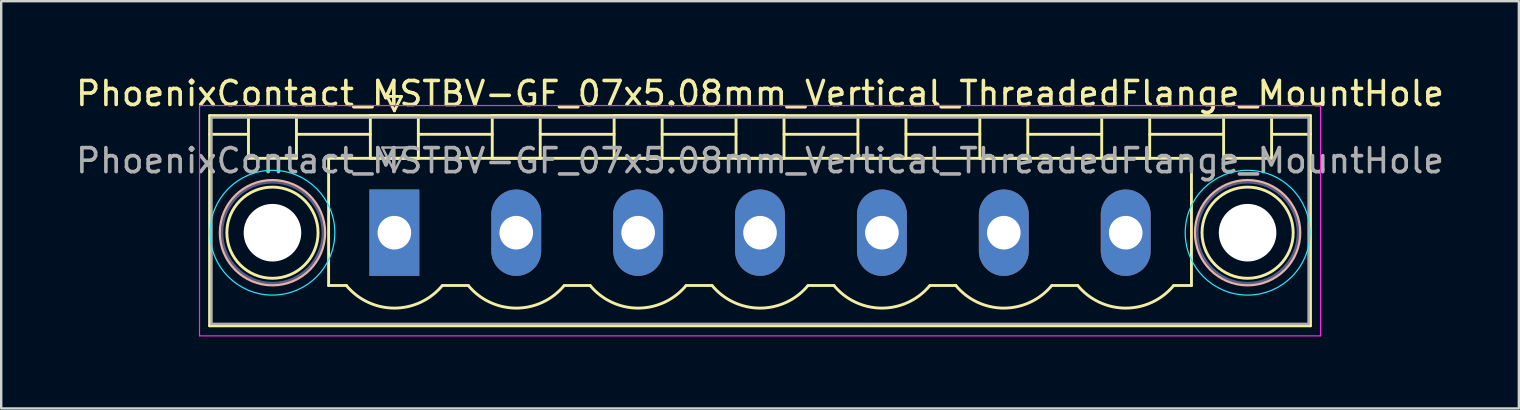
<source format=kicad_pcb>
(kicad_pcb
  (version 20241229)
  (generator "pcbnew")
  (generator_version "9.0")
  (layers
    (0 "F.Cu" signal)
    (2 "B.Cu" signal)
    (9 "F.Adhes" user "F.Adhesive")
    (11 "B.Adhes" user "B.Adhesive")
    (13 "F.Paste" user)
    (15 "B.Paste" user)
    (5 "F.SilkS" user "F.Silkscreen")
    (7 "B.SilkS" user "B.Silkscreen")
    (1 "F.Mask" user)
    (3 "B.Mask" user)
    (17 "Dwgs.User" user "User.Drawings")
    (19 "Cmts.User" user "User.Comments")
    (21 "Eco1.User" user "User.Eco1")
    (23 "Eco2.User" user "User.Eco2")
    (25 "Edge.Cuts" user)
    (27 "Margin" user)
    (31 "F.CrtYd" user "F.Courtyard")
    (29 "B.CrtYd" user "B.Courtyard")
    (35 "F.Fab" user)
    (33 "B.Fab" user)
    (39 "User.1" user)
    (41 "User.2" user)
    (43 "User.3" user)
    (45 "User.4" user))
  (footprint "PhoenixContact_MSTBV-GF_07x5.08mm_Vertical_ThreadedFlange_MountHole"
    (layer "F.Cu")
    (at 13.385 6.648)
    (property "Reference" "PhoenixContact_MSTBV-GF_07x5.08mm_Vertical_ThreadedFlange_MountHole" (at 15.24 -5.8 0) (layer "F.SilkS") (effects (font (size 1 1) (thickness 0.15))))
    (attr through_hole)
    (fp_line (start -7.7 -4.88) (end -7.7 3.88) (stroke (width 0.12) (type solid)) (layer "F.SilkS"))
    (fp_line (start -7.7 -4.1) (end -6.16 -4.1) (stroke (width 0.12) (type solid)) (layer "F.SilkS"))
    (fp_line (start -7.7 3.88) (end 38.18 3.88) (stroke (width 0.12) (type solid)) (layer "F.SilkS"))
    (fp_line (start -6.08 -4.88) (end -4.08 -4.88) (stroke (width 0.12) (type solid)) (layer "F.SilkS"))
    (fp_line (start -6.08 -3.1) (end -6.08 -4.88) (stroke (width 0.12) (type solid)) (layer "F.SilkS"))
    (fp_line (start -4.08 -4.88) (end -4.08 -3.1) (stroke (width 0.12) (type solid)) (layer "F.SilkS"))
    (fp_line (start -4.08 -4.1) (end -1 -4.1) (stroke (width 0.12) (type solid)) (layer "F.SilkS"))
    (fp_line (start -4.08 -3.1) (end -6.08 -3.1) (stroke (width 0.12) (type solid)) (layer "F.SilkS"))
    (fp_line (start -2.74 -3.1) (end 33.22 -3.1) (stroke (width 0.12) (type solid)) (layer "F.SilkS"))
    (fp_line (start -2.74 2.2) (end -2.74 -3.1) (stroke (width 0.12) (type solid)) (layer "F.SilkS"))
    (fp_line (start -2 2.2) (end -2.74 2.2) (stroke (width 0.12) (type solid)) (layer "F.SilkS"))
    (fp_line (start -1 -4.88) (end 1 -4.88) (stroke (width 0.12) (type solid)) (layer "F.SilkS"))
    (fp_line (start -1 -3.1) (end -1 -4.88) (stroke (width 0.12) (type solid)) (layer "F.SilkS"))
    (fp_line (start -0.3 -5.68) (end 0.3 -5.68) (stroke (width 0.12) (type solid)) (layer "F.SilkS"))
    (fp_line (start 0 -5.08) (end -0.3 -5.68) (stroke (width 0.12) (type solid)) (layer "F.SilkS"))
    (fp_line (start 0.3 -5.68) (end 0 -5.08) (stroke (width 0.12) (type solid)) (layer "F.SilkS"))
    (fp_line (start 1 -4.88) (end 1 -3.1) (stroke (width 0.12) (type solid)) (layer "F.SilkS"))
    (fp_line (start 1 -4.1) (end 4.08 -4.1) (stroke (width 0.12) (type solid)) (layer "F.SilkS"))
    (fp_line (start 1 -3.1) (end -1 -3.1) (stroke (width 0.12) (type solid)) (layer "F.SilkS"))
    (fp_line (start 2 2.2) (end 3.08 2.2) (stroke (width 0.12) (type solid)) (layer "F.SilkS"))
    (fp_line (start 4.08 -4.88) (end 6.08 -4.88) (stroke (width 0.12) (type solid)) (layer "F.SilkS"))
    (fp_line (start 4.08 -3.1) (end 4.08 -4.88) (stroke (width 0.12) (type solid)) (layer "F.SilkS"))
    (fp_line (start 6.08 -4.88) (end 6.08 -3.1) (stroke (width 0.12) (type solid)) (layer "F.SilkS"))
    (fp_line (start 6.08 -4.1) (end 9.16 -4.1) (stroke (width 0.12) (type solid)) (layer "F.SilkS"))
    (fp_line (start 6.08 -3.1) (end 4.08 -3.1) (stroke (width 0.12) (type solid)) (layer "F.SilkS"))
    (fp_line (start 7.08 2.2) (end 8.16 2.2) (stroke (width 0.12) (type solid)) (layer "F.SilkS"))
    (fp_line (start 9.16 -4.88) (end 11.16 -4.88) (stroke (width 0.12) (type solid)) (layer "F.SilkS"))
    (fp_line (start 9.16 -3.1) (end 9.16 -4.88) (stroke (width 0.12) (type solid)) (layer "F.SilkS"))
    (fp_line (start 11.16 -4.88) (end 11.16 -3.1) (stroke (width 0.12) (type solid)) (layer "F.SilkS"))
    (fp_line (start 11.16 -4.1) (end 14.24 -4.1) (stroke (width 0.12) (type solid)) (layer "F.SilkS"))
    (fp_line (start 11.16 -3.1) (end 9.16 -3.1) (stroke (width 0.12) (type solid)) (layer "F.SilkS"))
    (fp_line (start 12.16 2.2) (end 13.24 2.2) (stroke (width 0.12) (type solid)) (layer "F.SilkS"))
    (fp_line (start 14.24 -4.88) (end 16.24 -4.88) (stroke (width 0.12) (type solid)) (layer "F.SilkS"))
    (fp_line (start 14.24 -3.1) (end 14.24 -4.88) (stroke (width 0.12) (type solid)) (layer "F.SilkS"))
    (fp_line (start 16.24 -4.88) (end 16.24 -3.1) (stroke (width 0.12) (type solid)) (layer "F.SilkS"))
    (fp_line (start 16.24 -4.1) (end 19.32 -4.1) (stroke (width 0.12) (type solid)) (layer "F.SilkS"))
    (fp_line (start 16.24 -3.1) (end 14.24 -3.1) (stroke (width 0.12) (type solid)) (layer "F.SilkS"))
    (fp_line (start 17.24 2.2) (end 18.32 2.2) (stroke (width 0.12) (type solid)) (layer "F.SilkS"))
    (fp_line (start 19.32 -4.88) (end 21.32 -4.88) (stroke (width 0.12) (type solid)) (layer "F.SilkS"))
    (fp_line (start 19.32 -3.1) (end 19.32 -4.88) (stroke (width 0.12) (type solid)) (layer "F.SilkS"))
    (fp_line (start 21.32 -4.88) (end 21.32 -3.1) (stroke (width 0.12) (type solid)) (layer "F.SilkS"))
    (fp_line (start 21.32 -4.1) (end 24.4 -4.1) (stroke (width 0.12) (type solid)) (layer "F.SilkS"))
    (fp_line (start 21.32 -3.1) (end 19.32 -3.1) (stroke (width 0.12) (type solid)) (layer "F.SilkS"))
    (fp_line (start 22.32 2.2) (end 23.4 2.2) (stroke (width 0.12) (type solid)) (layer "F.SilkS"))
    (fp_line (start 24.4 -4.88) (end 26.4 -4.88) (stroke (width 0.12) (type solid)) (layer "F.SilkS"))
    (fp_line (start 24.4 -3.1) (end 24.4 -4.88) (stroke (width 0.12) (type solid)) (layer "F.SilkS"))
    (fp_line (start 26.4 -4.88) (end 26.4 -3.1) (stroke (width 0.12) (type solid)) (layer "F.SilkS"))
    (fp_line (start 26.4 -4.1) (end 29.48 -4.1) (stroke (width 0.12) (type solid)) (layer "F.SilkS"))
    (fp_line (start 26.4 -3.1) (end 24.4 -3.1) (stroke (width 0.12) (type solid)) (layer "F.SilkS"))
    (fp_line (start 27.4 2.2) (end 28.48 2.2) (stroke (width 0.12) (type solid)) (layer "F.SilkS"))
    (fp_line (start 29.48 -4.88) (end 31.48 -4.88) (stroke (width 0.12) (type solid)) (layer "F.SilkS"))
    (fp_line (start 29.48 -3.1) (end 29.48 -4.88) (stroke (width 0.12) (type solid)) (layer "F.SilkS"))
    (fp_line (start 31.48 -4.88) (end 31.48 -3.1) (stroke (width 0.12) (type solid)) (layer "F.SilkS"))
    (fp_line (start 31.48 -4.1) (end 34.56 -4.1) (stroke (width 0.12) (type solid)) (layer "F.SilkS"))
    (fp_line (start 31.48 -3.1) (end 29.48 -3.1) (stroke (width 0.12) (type solid)) (layer "F.SilkS"))
    (fp_line (start 33.22 -3.1) (end 33.22 2.2) (stroke (width 0.12) (type solid)) (layer "F.SilkS"))
    (fp_line (start 33.22 2.2) (end 32.48 2.2) (stroke (width 0.12) (type solid)) (layer "F.SilkS"))
    (fp_line (start 34.56 -4.88) (end 36.56 -4.88) (stroke (width 0.12) (type solid)) (layer "F.SilkS"))
    (fp_line (start 34.56 -3.1) (end 34.56 -4.88) (stroke (width 0.12) (type solid)) (layer "F.SilkS"))
    (fp_line (start 36.56 -4.88) (end 36.56 -3.1) (stroke (width 0.12) (type solid)) (layer "F.SilkS"))
    (fp_line (start 36.56 -3.1) (end 34.56 -3.1) (stroke (width 0.12) (type solid)) (layer "F.SilkS"))
    (fp_line (start 38.18 -4.88) (end -7.7 -4.88) (stroke (width 0.12) (type solid)) (layer "F.SilkS"))
    (fp_line (start 38.18 -4.1) (end 36.64 -4.1) (stroke (width 0.12) (type solid)) (layer "F.SilkS"))
    (fp_line (start 38.18 3.88) (end 38.18 -4.88) (stroke (width 0.12) (type solid)) (layer "F.SilkS"))
    (fp_arc (start 1.986842 2.215821) (mid -0.010289 3.142758) (end -2 2.2) (stroke (width 0.12) (type solid)) (layer "F.SilkS"))
    (fp_arc (start 7.066842 2.215821) (mid 5.069711 3.142758) (end 3.08 2.2) (stroke (width 0.12) (type solid)) (layer "F.SilkS"))
    (fp_arc (start 12.146842 2.215821) (mid 10.149711 3.142758) (end 8.16 2.2) (stroke (width 0.12) (type solid)) (layer "F.SilkS"))
    (fp_arc (start 17.226842 2.215821) (mid 15.229711 3.142758) (end 13.24 2.2) (stroke (width 0.12) (type solid)) (layer "F.SilkS"))
    (fp_arc (start 22.306842 2.215821) (mid 20.309711 3.142758) (end 18.32 2.2) (stroke (width 0.12) (type solid)) (layer "F.SilkS"))
    (fp_arc (start 27.386842 2.215821) (mid 25.389711 3.142758) (end 23.4 2.2) (stroke (width 0.12) (type solid)) (layer "F.SilkS"))
    (fp_arc (start 32.466842 2.215821) (mid 30.469711 3.142758) (end 28.48 2.2) (stroke (width 0.12) (type solid)) (layer "F.SilkS"))
    (fp_circle (center -5.08 0) (end -3.18 0) (stroke (width 0.12) (type solid)) (fill no) (layer "F.SilkS"))
    (fp_circle (center 35.56 0) (end 37.46 0) (stroke (width 0.12) (type solid)) (fill no) (layer "F.SilkS"))
    (fp_circle (center -5.08 0) (end -2.9 0) (stroke (width 0.12) (type solid)) (fill no) (layer "B.SilkS"))
    (fp_circle (center 35.56 0) (end 37.74 0) (stroke (width 0.12) (type solid)) (fill no) (layer "B.SilkS"))
    (fp_circle (center -5.08 0) (end -2.48 0) (stroke (width 0.05) (type solid)) (fill no) (layer "B.CrtYd"))
    (fp_circle (center 35.56 0) (end 38.16 0) (stroke (width 0.05) (type solid)) (fill no) (layer "B.CrtYd"))
    (fp_line (start -8.12 -5.3) (end -8.12 4.3) (stroke (width 0.05) (type solid)) (layer "F.CrtYd"))
    (fp_line (start -8.12 4.3) (end 38.6 4.3) (stroke (width 0.05) (type solid)) (layer "F.CrtYd"))
    (fp_line (start 38.6 -5.3) (end -8.12 -5.3) (stroke (width 0.05) (type solid)) (layer "F.CrtYd"))
    (fp_line (start 38.6 4.3) (end 38.6 -5.3) (stroke (width 0.05) (type solid)) (layer "F.CrtYd"))
    (fp_circle (center -5.08 0) (end -2.98 0) (stroke (width 0.1) (type solid)) (fill no) (layer "B.Fab"))
    (fp_circle (center 35.56 0) (end 37.66 0) (stroke (width 0.1) (type solid)) (fill no) (layer "B.Fab"))
    (fp_line (start -7.62 -4.8) (end -7.62 3.8) (stroke (width 0.1) (type solid)) (layer "F.Fab"))
    (fp_line (start -7.62 3.8) (end 38.1 3.8) (stroke (width 0.1) (type solid)) (layer "F.Fab"))
    (fp_line (start -0.5 -3.55) (end 0.5 -3.55) (stroke (width 0.1) (type solid)) (layer "F.Fab"))
    (fp_line (start 0 -2.55) (end -0.5 -3.55) (stroke (width 0.1) (type solid)) (layer "F.Fab"))
    (fp_line (start 0.5 -3.55) (end 0 -2.55) (stroke (width 0.1) (type solid)) (layer "F.Fab"))
    (fp_line (start 38.1 -4.8) (end -7.62 -4.8) (stroke (width 0.1) (type solid)) (layer "F.Fab"))
    (fp_line (start 38.1 3.8) (end 38.1 -4.8) (stroke (width 0.1) (type solid)) (layer "F.Fab"))
    (fp_text user "${REFERENCE}" (at 15.24 -3 0) (layer "F.Fab") (effects (font (size 1 1) (thickness 0.15))))
    (pad "" np_thru_hole circle (at -5.08 0) (size 2.4 2.4) (drill 2.4) (layers "*.Cu" "*.Mask"))
    (pad "" np_thru_hole circle (at 35.56 0) (size 2.4 2.4) (drill 2.4) (layers "*.Cu" "*.Mask"))
    (pad "1" thru_hole rect (at 0 0) (size 2.08 3.6) (drill 1.4) (layers "*.Cu" "*.Mask"))
    (pad "2" thru_hole oval (at 5.08 0) (size 2.08 3.6) (drill 1.4) (layers "*.Cu" "*.Mask"))
    (pad "3" thru_hole oval (at 10.16 0) (size 2.08 3.6) (drill 1.4) (layers "*.Cu" "*.Mask"))
    (pad "4" thru_hole oval (at 15.24 0) (size 2.08 3.6) (drill 1.4) (layers "*.Cu" "*.Mask"))
    (pad "5" thru_hole oval (at 20.32 0) (size 2.08 3.6) (drill 1.4) (layers "*.Cu" "*.Mask"))
    (pad "6" thru_hole oval (at 25.4 0) (size 2.08 3.6) (drill 1.4) (layers "*.Cu" "*.Mask"))
    (pad "7" thru_hole oval (at 30.48 0) (size 2.08 3.6) (drill 1.4) (layers "*.Cu" "*.Mask")))
  (gr_rect
    (start -3 -3)
    (end 60.25 13.973)
    (stroke (width 0.1) (type default))
    (fill no)
    (layer "Edge.Cuts")))
</source>
